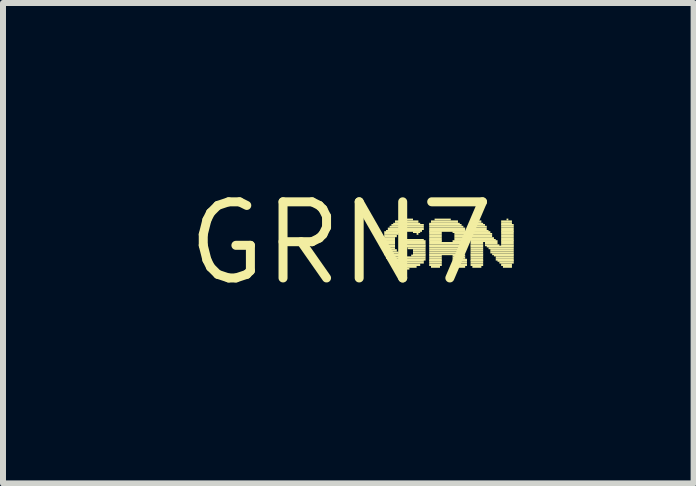
<source format=kicad_pcb>
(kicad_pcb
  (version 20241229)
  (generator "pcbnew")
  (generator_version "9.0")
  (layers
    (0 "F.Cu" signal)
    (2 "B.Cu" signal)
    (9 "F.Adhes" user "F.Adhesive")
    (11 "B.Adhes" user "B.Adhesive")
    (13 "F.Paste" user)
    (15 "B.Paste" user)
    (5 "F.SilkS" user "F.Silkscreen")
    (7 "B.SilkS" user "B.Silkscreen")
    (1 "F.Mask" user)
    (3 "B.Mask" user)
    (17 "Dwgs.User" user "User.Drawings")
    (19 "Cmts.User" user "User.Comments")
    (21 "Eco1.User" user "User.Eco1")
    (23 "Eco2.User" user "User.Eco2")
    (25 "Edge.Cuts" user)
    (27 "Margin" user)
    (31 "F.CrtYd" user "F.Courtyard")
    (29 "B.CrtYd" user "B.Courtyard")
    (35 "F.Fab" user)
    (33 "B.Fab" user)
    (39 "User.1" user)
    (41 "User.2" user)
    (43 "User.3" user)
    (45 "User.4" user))
  (footprint "GRN7"
    (layer "F.Cu")
    (at 2.638 1.006)
    (property "Reference" "GRN7" (at 0 0 0) (layer "F.SilkS") (effects (font (size 1.27 1.27) (thickness 0.15))))
    (fp_poly (pts (xy 0.69 -0.07) (xy 0.9 -0.07) (xy 0.9 -0.1) (xy 0.69 -0.1)) (stroke (width 0) (type default)) (fill yes) (layer "F.SilkS"))
    (fp_poly (pts (xy 0.69 -0.04) (xy 0.9 -0.04) (xy 0.9 -0.07) (xy 0.69 -0.07)) (stroke (width 0) (type default)) (fill yes) (layer "F.SilkS"))
    (fp_poly (pts (xy 0.69 -0.02) (xy 0.9 -0.02) (xy 0.9 -0.05) (xy 0.69 -0.05)) (stroke (width 0) (type default)) (fill yes) (layer "F.SilkS"))
    (fp_poly (pts (xy 0.69 0.02) (xy 0.9 0.02) (xy 0.9 -0.02) (xy 0.69 -0.02)) (stroke (width 0) (type default)) (fill yes) (layer "F.SilkS"))
    (fp_poly (pts (xy 0.69 0.05) (xy 0.9 0.05) (xy 0.9 0.02) (xy 0.69 0.02)) (stroke (width 0) (type default)) (fill yes) (layer "F.SilkS"))
    (fp_poly (pts (xy 0.69 0.07) (xy 0.9 0.07) (xy 0.9 0.04) (xy 0.69 0.04)) (stroke (width 0) (type default)) (fill yes) (layer "F.SilkS"))
    (fp_poly (pts (xy 0.69 0.1) (xy 0.9 0.1) (xy 0.9 0.07) (xy 0.69 0.07)) (stroke (width 0) (type default)) (fill yes) (layer "F.SilkS"))
    (fp_poly (pts (xy 0.72 -0.17) (xy 0.99 -0.17) (xy 0.99 -0.2) (xy 0.72 -0.2)) (stroke (width 0) (type default)) (fill yes) (layer "F.SilkS"))
    (fp_poly (pts (xy 0.72 -0.14) (xy 0.96 -0.14) (xy 0.96 -0.17) (xy 0.72 -0.17)) (stroke (width 0) (type default)) (fill yes) (layer "F.SilkS"))
    (fp_poly (pts (xy 0.72 -0.1) (xy 0.93 -0.1) (xy 0.93 -0.14) (xy 0.72 -0.14)) (stroke (width 0) (type default)) (fill yes) (layer "F.SilkS"))
    (fp_poly (pts (xy 0.72 0.14) (xy 0.93 0.14) (xy 0.93 0.1) (xy 0.72 0.1)) (stroke (width 0) (type default)) (fill yes) (layer "F.SilkS"))
    (fp_poly (pts (xy 0.72 0.17) (xy 0.96 0.17) (xy 0.96 0.14) (xy 0.72 0.14)) (stroke (width 0) (type default)) (fill yes) (layer "F.SilkS"))
    (fp_poly (pts (xy 0.72 0.2) (xy 0.99 0.2) (xy 0.99 0.17) (xy 0.72 0.17)) (stroke (width 0) (type default)) (fill yes) (layer "F.SilkS"))
    (fp_poly (pts (xy 0.75 -0.19) (xy 1.35 -0.19) (xy 1.35 -0.22) (xy 0.75 -0.22)) (stroke (width 0) (type default)) (fill yes) (layer "F.SilkS"))
    (fp_poly (pts (xy 0.75 0.22) (xy 1.05 0.22) (xy 1.05 0.19) (xy 0.75 0.19)) (stroke (width 0) (type default)) (fill yes) (layer "F.SilkS"))
    (fp_poly (pts (xy 0.75 0.26) (xy 1.41 0.26) (xy 1.41 0.22) (xy 0.75 0.22)) (stroke (width 0) (type default)) (fill yes) (layer "F.SilkS"))
    (fp_poly (pts (xy 0.78 -0.22) (xy 1.38 -0.22) (xy 1.38 -0.26) (xy 0.78 -0.26)) (stroke (width 0) (type default)) (fill yes) (layer "F.SilkS"))
    (fp_poly (pts (xy 0.78 0.29) (xy 1.41 0.29) (xy 1.41 0.26) (xy 0.78 0.26)) (stroke (width 0) (type default)) (fill yes) (layer "F.SilkS"))
    (fp_poly (pts (xy 0.81 -0.26) (xy 1.38 -0.26) (xy 1.38 -0.29) (xy 0.81 -0.29)) (stroke (width 0) (type default)) (fill yes) (layer "F.SilkS"))
    (fp_poly (pts (xy 0.81 0.31) (xy 1.38 0.31) (xy 1.38 0.28) (xy 0.81 0.28)) (stroke (width 0) (type default)) (fill yes) (layer "F.SilkS"))
    (fp_poly (pts (xy 0.84 -0.29) (xy 1.38 -0.29) (xy 1.38 -0.32) (xy 0.84 -0.32)) (stroke (width 0) (type default)) (fill yes) (layer "F.SilkS"))
    (fp_poly (pts (xy 0.84 0.34) (xy 1.38 0.34) (xy 1.38 0.31) (xy 0.84 0.31)) (stroke (width 0) (type default)) (fill yes) (layer "F.SilkS"))
    (fp_poly (pts (xy 0.87 -0.31) (xy 1.32 -0.31) (xy 1.32 -0.34) (xy 0.87 -0.34)) (stroke (width 0) (type default)) (fill yes) (layer "F.SilkS"))
    (fp_poly (pts (xy 0.9 -0.34) (xy 1.29 -0.34) (xy 1.29 -0.38) (xy 0.9 -0.38)) (stroke (width 0) (type default)) (fill yes) (layer "F.SilkS"))
    (fp_poly (pts (xy 0.9 0.38) (xy 1.32 0.38) (xy 1.32 0.34) (xy 0.9 0.34)) (stroke (width 0) (type default)) (fill yes) (layer "F.SilkS"))
    (fp_poly (pts (xy 0.96 0.41) (xy 1.26 0.41) (xy 1.26 0.38) (xy 0.96 0.38)) (stroke (width 0) (type default)) (fill yes) (layer "F.SilkS"))
    (fp_poly (pts (xy 0.99 -0.38) (xy 1.2 -0.38) (xy 1.2 -0.41) (xy 0.99 -0.41)) (stroke (width 0) (type default)) (fill yes) (layer "F.SilkS"))
    (fp_poly (pts (xy 1.05 -0.02) (xy 1.41 -0.02) (xy 1.41 -0.05) (xy 1.05 -0.05)) (stroke (width 0) (type default)) (fill yes) (layer "F.SilkS"))
    (fp_poly (pts (xy 1.05 0.02) (xy 1.41 0.02) (xy 1.41 -0.02) (xy 1.05 -0.02)) (stroke (width 0) (type default)) (fill yes) (layer "F.SilkS"))
    (fp_poly (pts (xy 1.05 0.05) (xy 1.41 0.05) (xy 1.41 0.02) (xy 1.05 0.02)) (stroke (width 0) (type default)) (fill yes) (layer "F.SilkS"))
    (fp_poly (pts (xy 1.05 0.07) (xy 1.41 0.07) (xy 1.41 0.04) (xy 1.05 0.04)) (stroke (width 0) (type default)) (fill yes) (layer "F.SilkS"))
    (fp_poly (pts (xy 1.08 -0.04) (xy 1.38 -0.04) (xy 1.38 -0.07) (xy 1.08 -0.07)) (stroke (width 0) (type default)) (fill yes) (layer "F.SilkS"))
    (fp_poly (pts (xy 1.08 0.44) (xy 1.14 0.44) (xy 1.14 0.41) (xy 1.08 0.41)) (stroke (width 0) (type default)) (fill yes) (layer "F.SilkS"))
    (fp_poly (pts (xy 1.11 0.1) (xy 1.41 0.1) (xy 1.41 0.07) (xy 1.11 0.07)) (stroke (width 0) (type default)) (fill yes) (layer "F.SilkS"))
    (fp_poly (pts (xy 1.17 0.22) (xy 1.41 0.22) (xy 1.41 0.19) (xy 1.17 0.19)) (stroke (width 0) (type default)) (fill yes) (layer "F.SilkS"))
    (fp_poly (pts (xy 1.2 -0.17) (xy 1.32 -0.17) (xy 1.32 -0.2) (xy 1.2 -0.2)) (stroke (width 0) (type default)) (fill yes) (layer "F.SilkS"))
    (fp_poly (pts (xy 1.2 0.14) (xy 1.41 0.14) (xy 1.41 0.1) (xy 1.2 0.1)) (stroke (width 0) (type default)) (fill yes) (layer "F.SilkS"))
    (fp_poly (pts (xy 1.2 0.17) (xy 1.41 0.17) (xy 1.41 0.14) (xy 1.2 0.14)) (stroke (width 0) (type default)) (fill yes) (layer "F.SilkS"))
    (fp_poly (pts (xy 1.2 0.2) (xy 1.41 0.2) (xy 1.41 0.17) (xy 1.2 0.17)) (stroke (width 0) (type default)) (fill yes) (layer "F.SilkS"))
    (fp_poly (pts (xy 1.26 -0.14) (xy 1.29 -0.14) (xy 1.29 -0.17) (xy 1.26 -0.17)) (stroke (width 0) (type default)) (fill yes) (layer "F.SilkS"))
    (fp_poly (pts (xy 1.47 -0.31) (xy 1.98 -0.31) (xy 1.98 -0.34) (xy 1.47 -0.34)) (stroke (width 0) (type default)) (fill yes) (layer "F.SilkS"))
    (fp_poly (pts (xy 1.47 -0.29) (xy 2.01 -0.29) (xy 2.01 -0.32) (xy 1.47 -0.32)) (stroke (width 0) (type default)) (fill yes) (layer "F.SilkS"))
    (fp_poly (pts (xy 1.47 -0.26) (xy 2.04 -0.26) (xy 2.04 -0.29) (xy 1.47 -0.29)) (stroke (width 0) (type default)) (fill yes) (layer "F.SilkS"))
    (fp_poly (pts (xy 1.47 -0.22) (xy 2.07 -0.22) (xy 2.07 -0.26) (xy 1.47 -0.26)) (stroke (width 0) (type default)) (fill yes) (layer "F.SilkS"))
    (fp_poly (pts (xy 1.47 -0.19) (xy 2.07 -0.19) (xy 2.07 -0.22) (xy 1.47 -0.22)) (stroke (width 0) (type default)) (fill yes) (layer "F.SilkS"))
    (fp_poly (pts (xy 1.47 -0.17) (xy 1.68 -0.17) (xy 1.68 -0.2) (xy 1.47 -0.2)) (stroke (width 0) (type default)) (fill yes) (layer "F.SilkS"))
    (fp_poly (pts (xy 1.47 -0.14) (xy 1.68 -0.14) (xy 1.68 -0.17) (xy 1.47 -0.17)) (stroke (width 0) (type default)) (fill yes) (layer "F.SilkS"))
    (fp_poly (pts (xy 1.47 -0.1) (xy 1.68 -0.1) (xy 1.68 -0.14) (xy 1.47 -0.14)) (stroke (width 0) (type default)) (fill yes) (layer "F.SilkS"))
    (fp_poly (pts (xy 1.47 -0.07) (xy 1.68 -0.07) (xy 1.68 -0.1) (xy 1.47 -0.1)) (stroke (width 0) (type default)) (fill yes) (layer "F.SilkS"))
    (fp_poly (pts (xy 1.47 -0.04) (xy 1.68 -0.04) (xy 1.68 -0.07) (xy 1.47 -0.07)) (stroke (width 0) (type default)) (fill yes) (layer "F.SilkS"))
    (fp_poly (pts (xy 1.47 -0.02) (xy 1.68 -0.02) (xy 1.68 -0.05) (xy 1.47 -0.05)) (stroke (width 0) (type default)) (fill yes) (layer "F.SilkS"))
    (fp_poly (pts (xy 1.47 0.02) (xy 2.1 0.02) (xy 2.1 -0.02) (xy 1.47 -0.02)) (stroke (width 0) (type default)) (fill yes) (layer "F.SilkS"))
    (fp_poly (pts (xy 1.47 0.05) (xy 2.07 0.05) (xy 2.07 0.02) (xy 1.47 0.02)) (stroke (width 0) (type default)) (fill yes) (layer "F.SilkS"))
    (fp_poly (pts (xy 1.47 0.07) (xy 2.07 0.07) (xy 2.07 0.04) (xy 1.47 0.04)) (stroke (width 0) (type default)) (fill yes) (layer "F.SilkS"))
    (fp_poly (pts (xy 1.47 0.1) (xy 2.04 0.1) (xy 2.04 0.07) (xy 1.47 0.07)) (stroke (width 0) (type default)) (fill yes) (layer "F.SilkS"))
    (fp_poly (pts (xy 1.47 0.14) (xy 2.04 0.14) (xy 2.04 0.1) (xy 1.47 0.1)) (stroke (width 0) (type default)) (fill yes) (layer "F.SilkS"))
    (fp_poly (pts (xy 1.47 0.17) (xy 2.04 0.17) (xy 2.04 0.14) (xy 1.47 0.14)) (stroke (width 0) (type default)) (fill yes) (layer "F.SilkS"))
    (fp_poly (pts (xy 1.47 0.2) (xy 2.04 0.2) (xy 2.04 0.17) (xy 1.47 0.17)) (stroke (width 0) (type default)) (fill yes) (layer "F.SilkS"))
    (fp_poly (pts (xy 1.47 0.22) (xy 1.68 0.22) (xy 1.68 0.19) (xy 1.47 0.19)) (stroke (width 0) (type default)) (fill yes) (layer "F.SilkS"))
    (fp_poly (pts (xy 1.47 0.26) (xy 1.68 0.26) (xy 1.68 0.22) (xy 1.47 0.22)) (stroke (width 0) (type default)) (fill yes) (layer "F.SilkS"))
    (fp_poly (pts (xy 1.47 0.29) (xy 1.68 0.29) (xy 1.68 0.26) (xy 1.47 0.26)) (stroke (width 0) (type default)) (fill yes) (layer "F.SilkS"))
    (fp_poly (pts (xy 1.47 0.31) (xy 1.68 0.31) (xy 1.68 0.28) (xy 1.47 0.28)) (stroke (width 0) (type default)) (fill yes) (layer "F.SilkS"))
    (fp_poly (pts (xy 1.47 0.34) (xy 1.68 0.34) (xy 1.68 0.31) (xy 1.47 0.31)) (stroke (width 0) (type default)) (fill yes) (layer "F.SilkS"))
    (fp_poly (pts (xy 1.47 0.38) (xy 1.68 0.38) (xy 1.68 0.34) (xy 1.47 0.34)) (stroke (width 0) (type default)) (fill yes) (layer "F.SilkS"))
    (fp_poly (pts (xy 1.5 -0.34) (xy 1.95 -0.34) (xy 1.95 -0.38) (xy 1.5 -0.38)) (stroke (width 0) (type default)) (fill yes) (layer "F.SilkS"))
    (fp_poly (pts (xy 1.5 0.41) (xy 1.65 0.41) (xy 1.65 0.38) (xy 1.5 0.38)) (stroke (width 0) (type default)) (fill yes) (layer "F.SilkS"))
    (fp_poly (pts (xy 1.56 -0.38) (xy 1.83 -0.38) (xy 1.83 -0.41) (xy 1.56 -0.41)) (stroke (width 0) (type default)) (fill yes) (layer "F.SilkS"))
    (fp_poly (pts (xy 1.86 -0.17) (xy 2.1 -0.17) (xy 2.1 -0.2) (xy 1.86 -0.2)) (stroke (width 0) (type default)) (fill yes) (layer "F.SilkS"))
    (fp_poly (pts (xy 1.86 -0.02) (xy 2.1 -0.02) (xy 2.1 -0.05) (xy 1.86 -0.05)) (stroke (width 0) (type default)) (fill yes) (layer "F.SilkS"))
    (fp_poly (pts (xy 1.86 0.22) (xy 2.07 0.22) (xy 2.07 0.19) (xy 1.86 0.19)) (stroke (width 0) (type default)) (fill yes) (layer "F.SilkS"))
    (fp_poly (pts (xy 1.86 0.26) (xy 2.07 0.26) (xy 2.07 0.22) (xy 1.86 0.22)) (stroke (width 0) (type default)) (fill yes) (layer "F.SilkS"))
    (fp_poly (pts (xy 1.86 0.29) (xy 2.1 0.29) (xy 2.1 0.26) (xy 1.86 0.26)) (stroke (width 0) (type default)) (fill yes) (layer "F.SilkS"))
    (fp_poly (pts (xy 1.89 -0.14) (xy 2.1 -0.14) (xy 2.1 -0.17) (xy 1.89 -0.17)) (stroke (width 0) (type default)) (fill yes) (layer "F.SilkS"))
    (fp_poly (pts (xy 1.89 -0.1) (xy 2.1 -0.1) (xy 2.1 -0.14) (xy 1.89 -0.14)) (stroke (width 0) (type default)) (fill yes) (layer "F.SilkS"))
    (fp_poly (pts (xy 1.89 -0.07) (xy 2.1 -0.07) (xy 2.1 -0.1) (xy 1.89 -0.1)) (stroke (width 0) (type default)) (fill yes) (layer "F.SilkS"))
    (fp_poly (pts (xy 1.89 -0.04) (xy 2.1 -0.04) (xy 2.1 -0.07) (xy 1.89 -0.07)) (stroke (width 0) (type default)) (fill yes) (layer "F.SilkS"))
    (fp_poly (pts (xy 1.89 0.31) (xy 2.1 0.31) (xy 2.1 0.28) (xy 1.89 0.28)) (stroke (width 0) (type default)) (fill yes) (layer "F.SilkS"))
    (fp_poly (pts (xy 1.89 0.34) (xy 2.1 0.34) (xy 2.1 0.31) (xy 1.89 0.31)) (stroke (width 0) (type default)) (fill yes) (layer "F.SilkS"))
    (fp_poly (pts (xy 1.92 0.38) (xy 2.1 0.38) (xy 2.1 0.34) (xy 1.92 0.34)) (stroke (width 0) (type default)) (fill yes) (layer "F.SilkS"))
    (fp_poly (pts (xy 1.92 0.41) (xy 2.07 0.41) (xy 2.07 0.38) (xy 1.92 0.38)) (stroke (width 0) (type default)) (fill yes) (layer "F.SilkS"))
    (fp_poly (pts (xy 2.16 -0.31) (xy 2.37 -0.31) (xy 2.37 -0.34) (xy 2.16 -0.34)) (stroke (width 0) (type default)) (fill yes) (layer "F.SilkS"))
    (fp_poly (pts (xy 2.16 -0.29) (xy 2.4 -0.29) (xy 2.4 -0.32) (xy 2.16 -0.32)) (stroke (width 0) (type default)) (fill yes) (layer "F.SilkS"))
    (fp_poly (pts (xy 2.16 -0.26) (xy 2.43 -0.26) (xy 2.43 -0.29) (xy 2.16 -0.29)) (stroke (width 0) (type default)) (fill yes) (layer "F.SilkS"))
    (fp_poly (pts (xy 2.16 -0.22) (xy 2.43 -0.22) (xy 2.43 -0.26) (xy 2.16 -0.26)) (stroke (width 0) (type default)) (fill yes) (layer "F.SilkS"))
    (fp_poly (pts (xy 2.16 -0.19) (xy 2.46 -0.19) (xy 2.46 -0.22) (xy 2.16 -0.22)) (stroke (width 0) (type default)) (fill yes) (layer "F.SilkS"))
    (fp_poly (pts (xy 2.16 -0.17) (xy 2.49 -0.17) (xy 2.49 -0.2) (xy 2.16 -0.2)) (stroke (width 0) (type default)) (fill yes) (layer "F.SilkS"))
    (fp_poly (pts (xy 2.16 -0.14) (xy 2.52 -0.14) (xy 2.52 -0.17) (xy 2.16 -0.17)) (stroke (width 0) (type default)) (fill yes) (layer "F.SilkS"))
    (fp_poly (pts (xy 2.16 -0.1) (xy 2.52 -0.1) (xy 2.52 -0.14) (xy 2.16 -0.14)) (stroke (width 0) (type default)) (fill yes) (layer "F.SilkS"))
    (fp_poly (pts (xy 2.16 -0.07) (xy 2.55 -0.07) (xy 2.55 -0.1) (xy 2.16 -0.1)) (stroke (width 0) (type default)) (fill yes) (layer "F.SilkS"))
    (fp_poly (pts (xy 2.16 -0.04) (xy 2.58 -0.04) (xy 2.58 -0.07) (xy 2.16 -0.07)) (stroke (width 0) (type default)) (fill yes) (layer "F.SilkS"))
    (fp_poly (pts (xy 2.16 -0.02) (xy 2.61 -0.02) (xy 2.61 -0.05) (xy 2.16 -0.05)) (stroke (width 0) (type default)) (fill yes) (layer "F.SilkS"))
    (fp_poly (pts (xy 2.16 0.02) (xy 2.37 0.02) (xy 2.37 -0.02) (xy 2.16 -0.02)) (stroke (width 0) (type default)) (fill yes) (layer "F.SilkS"))
    (fp_poly (pts (xy 2.16 0.05) (xy 2.37 0.05) (xy 2.37 0.02) (xy 2.16 0.02)) (stroke (width 0) (type default)) (fill yes) (layer "F.SilkS"))
    (fp_poly (pts (xy 2.16 0.07) (xy 2.37 0.07) (xy 2.37 0.04) (xy 2.16 0.04)) (stroke (width 0) (type default)) (fill yes) (layer "F.SilkS"))
    (fp_poly (pts (xy 2.16 0.1) (xy 2.37 0.1) (xy 2.37 0.07) (xy 2.16 0.07)) (stroke (width 0) (type default)) (fill yes) (layer "F.SilkS"))
    (fp_poly (pts (xy 2.16 0.14) (xy 2.37 0.14) (xy 2.37 0.1) (xy 2.16 0.1)) (stroke (width 0) (type default)) (fill yes) (layer "F.SilkS"))
    (fp_poly (pts (xy 2.16 0.17) (xy 2.37 0.17) (xy 2.37 0.14) (xy 2.16 0.14)) (stroke (width 0) (type default)) (fill yes) (layer "F.SilkS"))
    (fp_poly (pts (xy 2.16 0.2) (xy 2.37 0.2) (xy 2.37 0.17) (xy 2.16 0.17)) (stroke (width 0) (type default)) (fill yes) (layer "F.SilkS"))
    (fp_poly (pts (xy 2.16 0.22) (xy 2.37 0.22) (xy 2.37 0.19) (xy 2.16 0.19)) (stroke (width 0) (type default)) (fill yes) (layer "F.SilkS"))
    (fp_poly (pts (xy 2.16 0.26) (xy 2.37 0.26) (xy 2.37 0.22) (xy 2.16 0.22)) (stroke (width 0) (type default)) (fill yes) (layer "F.SilkS"))
    (fp_poly (pts (xy 2.16 0.29) (xy 2.37 0.29) (xy 2.37 0.26) (xy 2.16 0.26)) (stroke (width 0) (type default)) (fill yes) (layer "F.SilkS"))
    (fp_poly (pts (xy 2.16 0.31) (xy 2.37 0.31) (xy 2.37 0.28) (xy 2.16 0.28)) (stroke (width 0) (type default)) (fill yes) (layer "F.SilkS"))
    (fp_poly (pts (xy 2.16 0.34) (xy 2.37 0.34) (xy 2.37 0.31) (xy 2.16 0.31)) (stroke (width 0) (type default)) (fill yes) (layer "F.SilkS"))
    (fp_poly (pts (xy 2.16 0.38) (xy 2.37 0.38) (xy 2.37 0.34) (xy 2.16 0.34)) (stroke (width 0) (type default)) (fill yes) (layer "F.SilkS"))
    (fp_poly (pts (xy 2.19 -0.34) (xy 2.34 -0.34) (xy 2.34 -0.38) (xy 2.19 -0.38)) (stroke (width 0) (type default)) (fill yes) (layer "F.SilkS"))
    (fp_poly (pts (xy 2.19 0.41) (xy 2.34 0.41) (xy 2.34 0.38) (xy 2.19 0.38)) (stroke (width 0) (type default)) (fill yes) (layer "F.SilkS"))
    (fp_poly (pts (xy 2.25 -0.38) (xy 2.28 -0.38) (xy 2.28 -0.41) (xy 2.25 -0.41)) (stroke (width 0) (type default)) (fill yes) (layer "F.SilkS"))
    (fp_poly (pts (xy 2.4 0.02) (xy 2.61 0.02) (xy 2.61 -0.02) (xy 2.4 -0.02)) (stroke (width 0) (type default)) (fill yes) (layer "F.SilkS"))
    (fp_poly (pts (xy 2.4 0.05) (xy 2.64 0.05) (xy 2.64 0.02) (xy 2.4 0.02)) (stroke (width 0) (type default)) (fill yes) (layer "F.SilkS"))
    (fp_poly (pts (xy 2.43 0.07) (xy 2.88 0.07) (xy 2.88 0.04) (xy 2.43 0.04)) (stroke (width 0) (type default)) (fill yes) (layer "F.SilkS"))
    (fp_poly (pts (xy 2.46 0.1) (xy 2.88 0.1) (xy 2.88 0.07) (xy 2.46 0.07)) (stroke (width 0) (type default)) (fill yes) (layer "F.SilkS"))
    (fp_poly (pts (xy 2.49 0.14) (xy 2.88 0.14) (xy 2.88 0.1) (xy 2.49 0.1)) (stroke (width 0) (type default)) (fill yes) (layer "F.SilkS"))
    (fp_poly (pts (xy 2.49 0.17) (xy 2.88 0.17) (xy 2.88 0.14) (xy 2.49 0.14)) (stroke (width 0) (type default)) (fill yes) (layer "F.SilkS"))
    (fp_poly (pts (xy 2.52 0.2) (xy 2.88 0.2) (xy 2.88 0.17) (xy 2.52 0.17)) (stroke (width 0) (type default)) (fill yes) (layer "F.SilkS"))
    (fp_poly (pts (xy 2.55 0.22) (xy 2.88 0.22) (xy 2.88 0.19) (xy 2.55 0.19)) (stroke (width 0) (type default)) (fill yes) (layer "F.SilkS"))
    (fp_poly (pts (xy 2.58 0.26) (xy 2.88 0.26) (xy 2.88 0.22) (xy 2.58 0.22)) (stroke (width 0) (type default)) (fill yes) (layer "F.SilkS"))
    (fp_poly (pts (xy 2.58 0.29) (xy 2.88 0.29) (xy 2.88 0.26) (xy 2.58 0.26)) (stroke (width 0) (type default)) (fill yes) (layer "F.SilkS"))
    (fp_poly (pts (xy 2.61 0.31) (xy 2.88 0.31) (xy 2.88 0.28) (xy 2.61 0.28)) (stroke (width 0) (type default)) (fill yes) (layer "F.SilkS"))
    (fp_poly (pts (xy 2.64 0.34) (xy 2.88 0.34) (xy 2.88 0.31) (xy 2.64 0.31)) (stroke (width 0) (type default)) (fill yes) (layer "F.SilkS"))
    (fp_poly (pts (xy 2.67 -0.34) (xy 2.85 -0.34) (xy 2.85 -0.38) (xy 2.67 -0.38)) (stroke (width 0) (type default)) (fill yes) (layer "F.SilkS"))
    (fp_poly (pts (xy 2.67 -0.31) (xy 2.85 -0.31) (xy 2.85 -0.34) (xy 2.67 -0.34)) (stroke (width 0) (type default)) (fill yes) (layer "F.SilkS"))
    (fp_poly (pts (xy 2.67 -0.29) (xy 2.88 -0.29) (xy 2.88 -0.32) (xy 2.67 -0.32)) (stroke (width 0) (type default)) (fill yes) (layer "F.SilkS"))
    (fp_poly (pts (xy 2.67 -0.26) (xy 2.88 -0.26) (xy 2.88 -0.29) (xy 2.67 -0.29)) (stroke (width 0) (type default)) (fill yes) (layer "F.SilkS"))
    (fp_poly (pts (xy 2.67 -0.22) (xy 2.88 -0.22) (xy 2.88 -0.26) (xy 2.67 -0.26)) (stroke (width 0) (type default)) (fill yes) (layer "F.SilkS"))
    (fp_poly (pts (xy 2.67 -0.19) (xy 2.88 -0.19) (xy 2.88 -0.22) (xy 2.67 -0.22)) (stroke (width 0) (type default)) (fill yes) (layer "F.SilkS"))
    (fp_poly (pts (xy 2.67 -0.17) (xy 2.88 -0.17) (xy 2.88 -0.2) (xy 2.67 -0.2)) (stroke (width 0) (type default)) (fill yes) (layer "F.SilkS"))
    (fp_poly (pts (xy 2.67 -0.14) (xy 2.88 -0.14) (xy 2.88 -0.17) (xy 2.67 -0.17)) (stroke (width 0) (type default)) (fill yes) (layer "F.SilkS"))
    (fp_poly (pts (xy 2.67 -0.1) (xy 2.88 -0.1) (xy 2.88 -0.14) (xy 2.67 -0.14)) (stroke (width 0) (type default)) (fill yes) (layer "F.SilkS"))
    (fp_poly (pts (xy 2.67 -0.07) (xy 2.88 -0.07) (xy 2.88 -0.1) (xy 2.67 -0.1)) (stroke (width 0) (type default)) (fill yes) (layer "F.SilkS"))
    (fp_poly (pts (xy 2.67 -0.04) (xy 2.88 -0.04) (xy 2.88 -0.07) (xy 2.67 -0.07)) (stroke (width 0) (type default)) (fill yes) (layer "F.SilkS"))
    (fp_poly (pts (xy 2.67 -0.02) (xy 2.88 -0.02) (xy 2.88 -0.05) (xy 2.67 -0.05)) (stroke (width 0) (type default)) (fill yes) (layer "F.SilkS"))
    (fp_poly (pts (xy 2.67 0.02) (xy 2.88 0.02) (xy 2.88 -0.02) (xy 2.67 -0.02)) (stroke (width 0) (type default)) (fill yes) (layer "F.SilkS"))
    (fp_poly (pts (xy 2.67 0.05) (xy 2.88 0.05) (xy 2.88 0.02) (xy 2.67 0.02)) (stroke (width 0) (type default)) (fill yes) (layer "F.SilkS"))
    (fp_poly (pts (xy 2.67 0.38) (xy 2.85 0.38) (xy 2.85 0.34) (xy 2.67 0.34)) (stroke (width 0) (type default)) (fill yes) (layer "F.SilkS"))
    (fp_poly (pts (xy 2.7 0.41) (xy 2.85 0.41) (xy 2.85 0.38) (xy 2.7 0.38)) (stroke (width 0) (type default)) (fill yes) (layer "F.SilkS"))
    (fp_poly (pts (xy 2.76 -0.38) (xy 2.79 -0.38) (xy 2.79 -0.41) (xy 2.76 -0.41)) (stroke (width 0) (type default)) (fill yes) (layer "F.SilkS")))
  (gr_rect
    (start -3 -3)
    (end 8.518 5.012)
    (stroke (width 0.1) (type default))
    (fill no)
    (layer "Edge.Cuts")))
</source>
